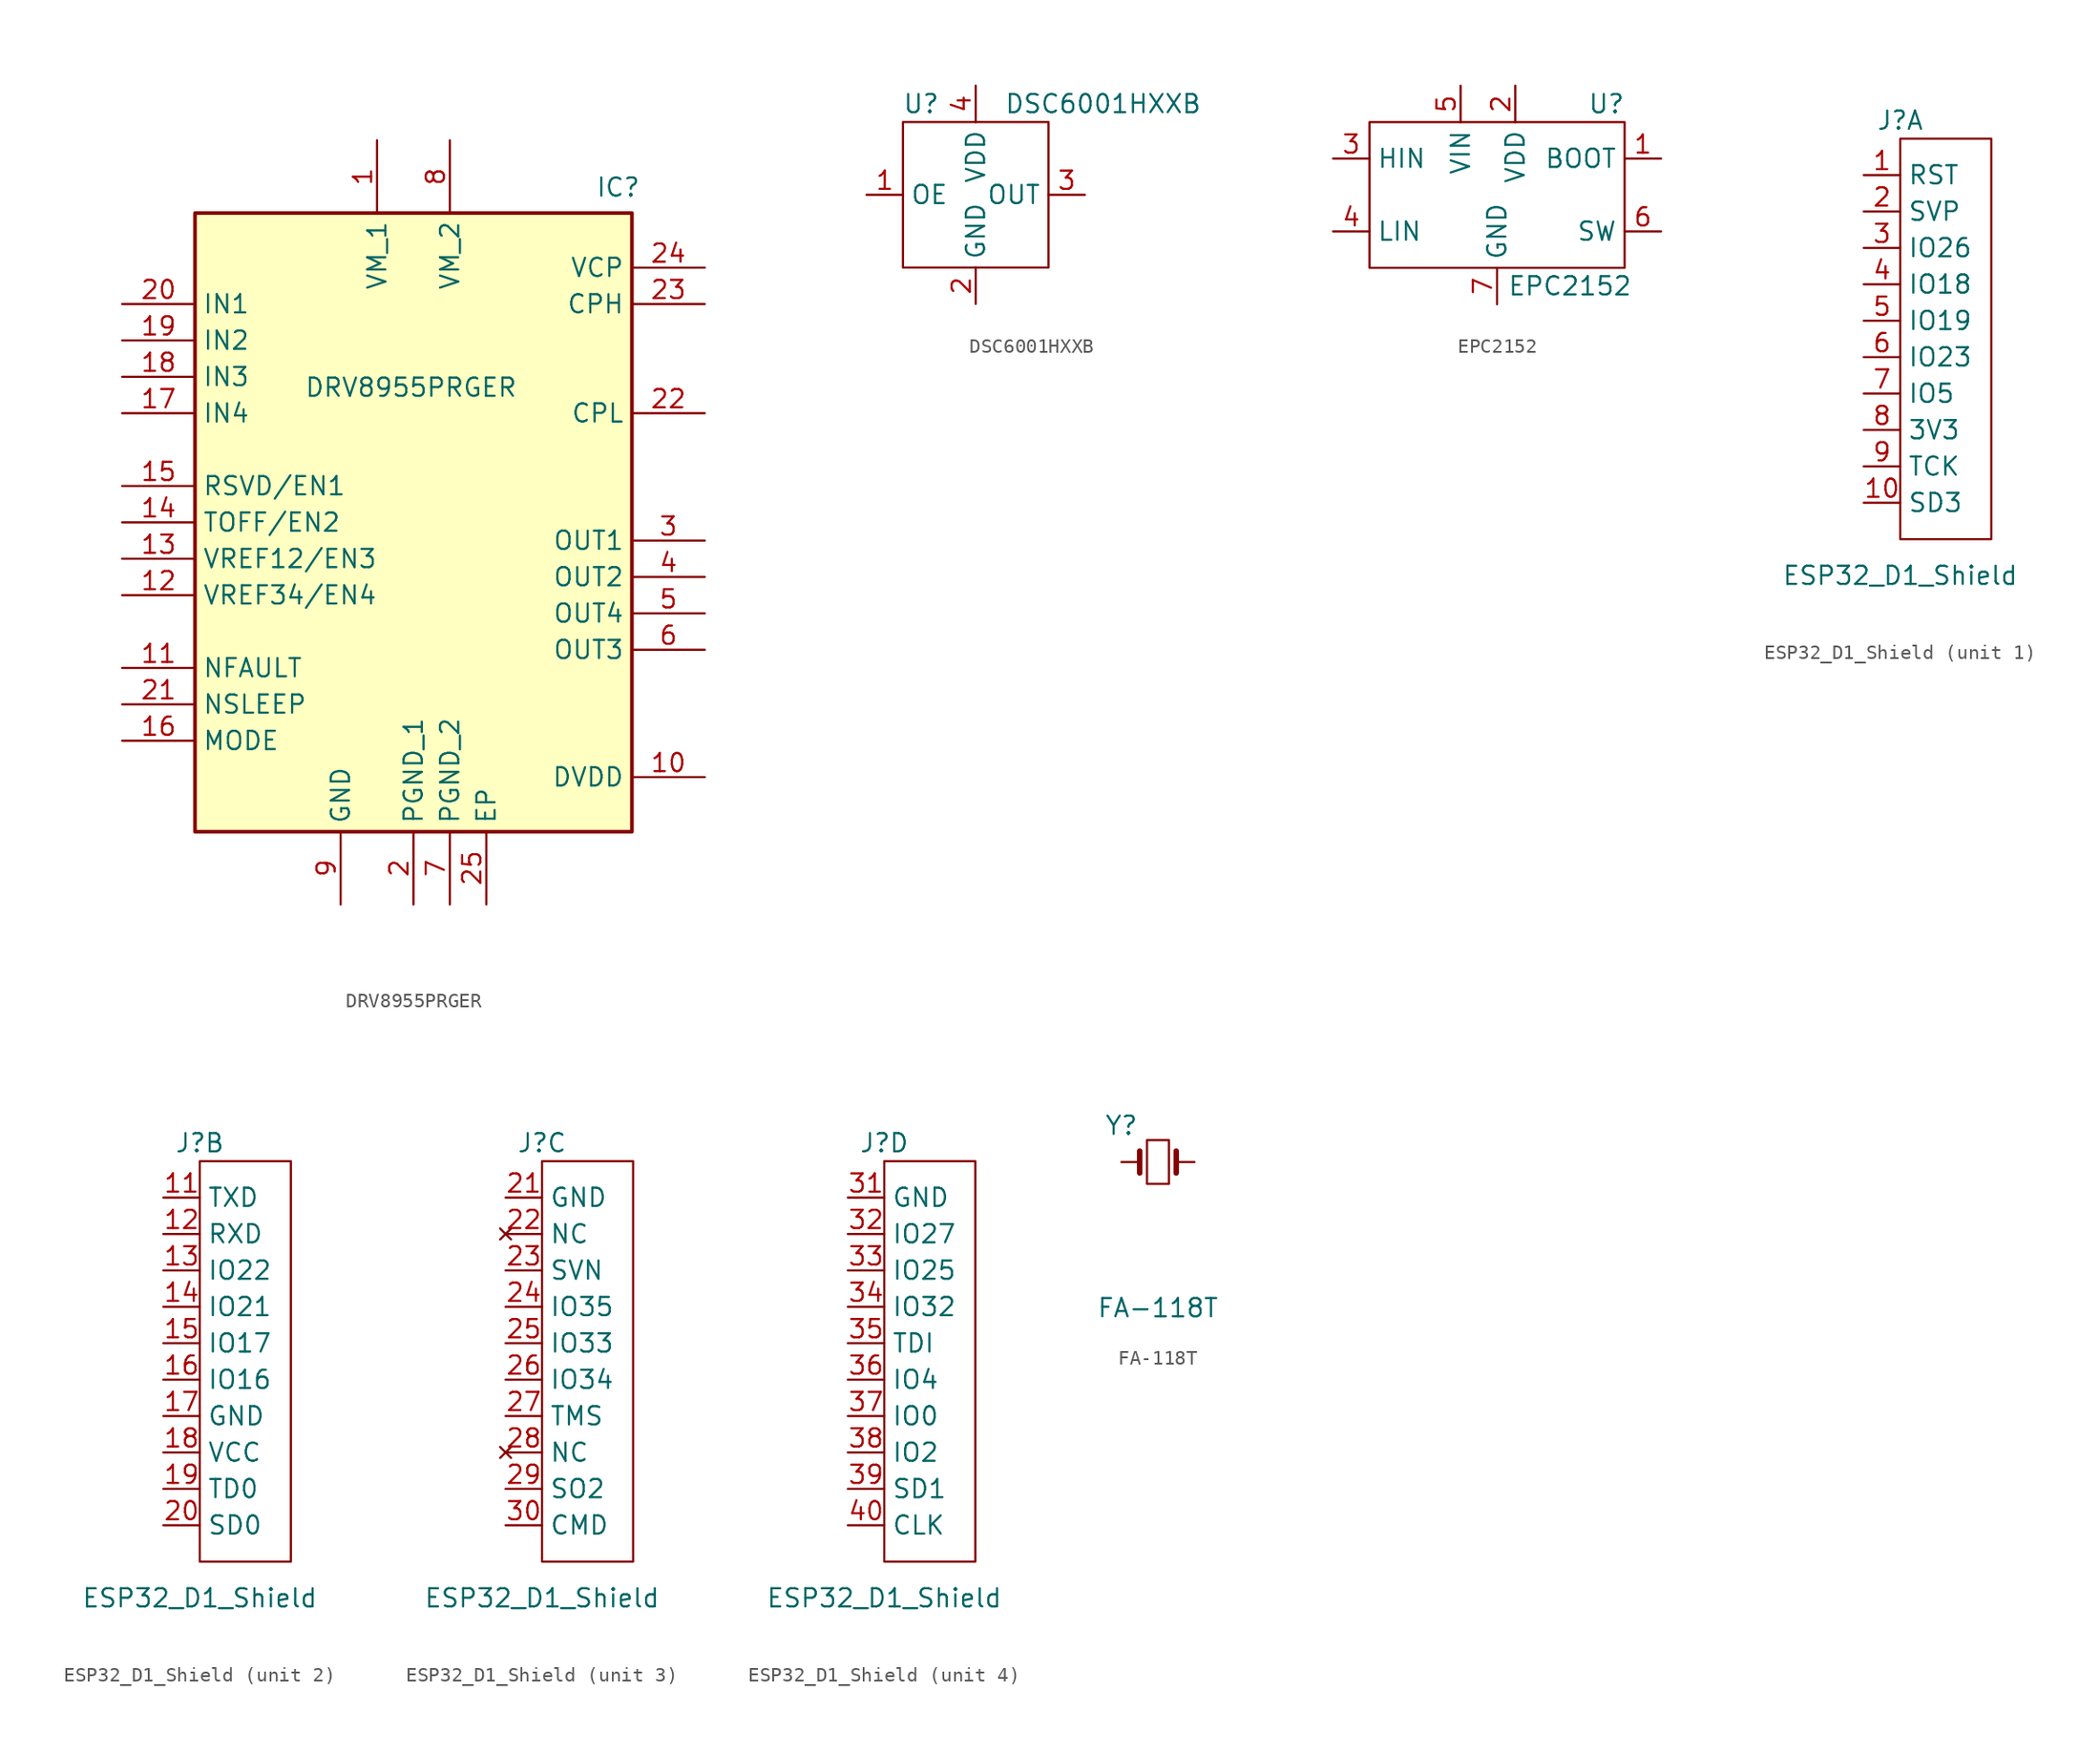
<source format=kicad_sym>
(kicad_symbol_lib
  (version 20231120)
  (generator "kicad_symbol_editor")
  (generator_version "8.0")
  (symbol "DRV8955PRGER"
    (property "Reference" "IC"
      (at 12.7 24.13 0)
      (effects (font (size 1.27 1.27)) (justify left top)))
    (property "Value" "DRV8955PRGER"
      (at -7.62 10.16 0)
      (effects (font (size 1.27 1.27)) (justify left top)))
    (symbol "DRV8955PRGER_1_1"
      (rectangle (start -15.24 21.59) (end 15.24 -21.59) (stroke (width 0.254) (type default)) (fill (type background)))
      (pin passive line (at -2.54 26.67 270) (length 5.08) (name "VM_1" (effects (font (size 1.27 1.27)))) (number "1" (effects (font (size 1.27 1.27)))))
      (pin passive line (at 20.32 -17.78 180) (length 5.08) (name "DVDD" (effects (font (size 1.27 1.27)))) (number "10" (effects (font (size 1.27 1.27)))))
      (pin passive line (at -20.32 -10.16 0) (length 5.08) (name "NFAULT" (effects (font (size 1.27 1.27)))) (number "11" (effects (font (size 1.27 1.27)))))
      (pin passive line (at -20.32 -5.08 0) (length 5.08) (name "VREF34/EN4" (effects (font (size 1.27 1.27)))) (number "12" (effects (font (size 1.27 1.27)))))
      (pin passive line (at -20.32 -2.54 0) (length 5.08) (name "VREF12/EN3" (effects (font (size 1.27 1.27)))) (number "13" (effects (font (size 1.27 1.27)))))
      (pin passive line (at -20.32 0 0) (length 5.08) (name "TOFF/EN2" (effects (font (size 1.27 1.27)))) (number "14" (effects (font (size 1.27 1.27)))))
      (pin passive line (at -20.32 2.54 0) (length 5.08) (name "RSVD/EN1" (effects (font (size 1.27 1.27)))) (number "15" (effects (font (size 1.27 1.27)))))
      (pin passive line (at -20.32 -15.24 0) (length 5.08) (name "MODE" (effects (font (size 1.27 1.27)))) (number "16" (effects (font (size 1.27 1.27)))))
      (pin passive line (at -20.32 7.62 0) (length 5.08) (name "IN4" (effects (font (size 1.27 1.27)))) (number "17" (effects (font (size 1.27 1.27)))))
      (pin passive line (at -20.32 10.16 0) (length 5.08) (name "IN3" (effects (font (size 1.27 1.27)))) (number "18" (effects (font (size 1.27 1.27)))))
      (pin passive line (at -20.32 12.7 0) (length 5.08) (name "IN2" (effects (font (size 1.27 1.27)))) (number "19" (effects (font (size 1.27 1.27)))))
      (pin passive line (at 0 -26.67 90) (length 5.08) (name "PGND_1" (effects (font (size 1.27 1.27)))) (number "2" (effects (font (size 1.27 1.27)))))
      (pin passive line (at -20.32 15.24 0) (length 5.08) (name "IN1" (effects (font (size 1.27 1.27)))) (number "20" (effects (font (size 1.27 1.27)))))
      (pin passive line (at -20.32 -12.7 0) (length 5.08) (name "NSLEEP" (effects (font (size 1.27 1.27)))) (number "21" (effects (font (size 1.27 1.27)))))
      (pin passive line (at 20.32 7.62 180) (length 5.08) (name "CPL" (effects (font (size 1.27 1.27)))) (number "22" (effects (font (size 1.27 1.27)))))
      (pin passive line (at 20.32 15.24 180) (length 5.08) (name "CPH" (effects (font (size 1.27 1.27)))) (number "23" (effects (font (size 1.27 1.27)))))
      (pin passive line (at 20.32 17.78 180) (length 5.08) (name "VCP" (effects (font (size 1.27 1.27)))) (number "24" (effects (font (size 1.27 1.27)))))
      (pin passive line (at 5.08 -26.67 90) (length 5.08) (name "EP" (effects (font (size 1.27 1.27)))) (number "25" (effects (font (size 1.27 1.27)))))
      (pin passive line (at 20.32 -1.27 180) (length 5.08) (name "OUT1" (effects (font (size 1.27 1.27)))) (number "3" (effects (font (size 1.27 1.27)))))
      (pin passive line (at 20.32 -3.81 180) (length 5.08) (name "OUT2" (effects (font (size 1.27 1.27)))) (number "4" (effects (font (size 1.27 1.27)))))
      (pin passive line (at 20.32 -6.35 180) (length 5.08) (name "OUT4" (effects (font (size 1.27 1.27)))) (number "5" (effects (font (size 1.27 1.27)))))
      (pin passive line (at 20.32 -8.89 180) (length 5.08) (name "OUT3" (effects (font (size 1.27 1.27)))) (number "6" (effects (font (size 1.27 1.27)))))
      (pin passive line (at 2.54 -26.67 90) (length 5.08) (name "PGND_2" (effects (font (size 1.27 1.27)))) (number "7" (effects (font (size 1.27 1.27)))))
      (pin passive line (at 2.54 26.67 270) (length 5.08) (name "VM_2" (effects (font (size 1.27 1.27)))) (number "8" (effects (font (size 1.27 1.27)))))
      (pin passive line (at -5.08 -26.67 90) (length 5.08) (name "GND" (effects (font (size 1.27 1.27)))) (number "9" (effects (font (size 1.27 1.27)))))))
  (symbol "DSC6001HXXB"
    (property "Reference" "U"
      (at -3.81 6.35 0)
      (effects (font (size 1.27 1.27))))
    (property "Value" "DSC6001HXXB"
      (at 8.89 6.35 0)
      (effects (font (size 1.27 1.27))))
    (symbol "DSC6001HXXB_0_0"
      (pin input line (at -7.62 0 0) (length 2.54) (name "OE" (effects (font (size 1.27 1.27)))) (number "1" (effects (font (size 1.27 1.27)))))
      (pin power_in line (at 0 -7.62 90) (length 2.54) (name "GND" (effects (font (size 1.27 1.27)))) (number "2" (effects (font (size 1.27 1.27)))))
      (pin output line (at 7.62 0 180) (length 2.54) (name "OUT" (effects (font (size 1.27 1.27)))) (number "3" (effects (font (size 1.27 1.27)))))
      (pin power_in line (at 0 7.62 270) (length 2.54) (name "VDD" (effects (font (size 1.27 1.27)))) (number "4" (effects (font (size 1.27 1.27))))))
    (symbol "DSC6001HXXB_0_1"
      (rectangle (start -5.08 5.08) (end 5.08 -5.08) (stroke (width 0) (type default)) (fill (type none)))))
  (symbol "EPC2152"
    (property "Reference" "U"
      (at 7.62 6.35 0)
      (effects (font (size 1.27 1.27))))
    (property "Value" "EPC2152"
      (at 5.08 -6.35 0)
      (effects (font (size 1.27 1.27))))
    (symbol "EPC2152_0_0"
      (pin unspecified line (at 11.43 2.54 180) (length 2.54) (name "BOOT" (effects (font (size 1.27 1.27)))) (number "1" (effects (font (size 1.27 1.27)))))
      (pin power_in line (at 1.27 7.62 270) (length 2.54) (name "VDD" (effects (font (size 1.27 1.27)))) (number "2" (effects (font (size 1.27 1.27)))))
      (pin input line (at -11.43 2.54 0) (length 2.54) (name "HIN" (effects (font (size 1.27 1.27)))) (number "3" (effects (font (size 1.27 1.27)))))
      (pin input line (at -11.43 -2.54 0) (length 2.54) (name "LIN" (effects (font (size 1.27 1.27)))) (number "4" (effects (font (size 1.27 1.27)))))
      (pin power_in line (at -2.54 7.62 270) (length 2.54) (name "VIN" (effects (font (size 1.27 1.27)))) (number "5" (effects (font (size 1.27 1.27)))))
      (pin unspecified line (at 11.43 -2.54 180) (length 2.54) (name "SW" (effects (font (size 1.27 1.27)))) (number "6" (effects (font (size 1.27 1.27)))))
      (pin unspecified line (at 0 -7.62 90) (length 2.54) (name "GND" (effects (font (size 1.27 1.27)))) (number "7" (effects (font (size 1.27 1.27))))))
    (symbol "EPC2152_0_1"
      (rectangle (start -8.89 5.08) (end 8.89 -5.08) (stroke (width 0) (type default)) (fill (type none)))))
  (symbol "ESP32_D1_Shield"
    (property "Reference" "J"
      (at 0 10.16 0)
      (effects (font (size 1.27 1.27))))
    (property "Value" "ESP32_D1_Shield"
      (at 0 -21.59 0)
      (effects (font (size 1.27 1.27))))
    (property "ki_locked" ""
      (at 0 0 0)
      (effects (font (size 1.27 1.27))))
    (symbol "ESP32_D1_Shield_1_0"
      (pin input line (at -2.54 6.35 0) (length 2.54) (name "RST" (effects (font (size 1.27 1.27)))) (number "1" (effects (font (size 1.27 1.27))))))
    (symbol "ESP32_D1_Shield_1_1"
      (rectangle (start 6.35 8.89) (end 0 -19.05) (stroke (width 0) (type default)) (fill (type none)))
      (pin bidirectional line (at -2.54 -16.51 0) (length 2.54) (name "SD3" (effects (font (size 1.27 1.27)))) (number "10" (effects (font (size 1.27 1.27)))))
      (pin bidirectional line (at -2.54 3.81 0) (length 2.54) (name "SVP" (effects (font (size 1.27 1.27)))) (number "2" (effects (font (size 1.27 1.27)))))
      (pin bidirectional line (at -2.54 1.27 0) (length 2.54) (name "IO26" (effects (font (size 1.27 1.27)))) (number "3" (effects (font (size 1.27 1.27)))))
      (pin bidirectional line (at -2.54 -1.27 0) (length 2.54) (name "IO18" (effects (font (size 1.27 1.27)))) (number "4" (effects (font (size 1.27 1.27)))))
      (pin bidirectional line (at -2.54 -3.81 0) (length 2.54) (name "IO19" (effects (font (size 1.27 1.27)))) (number "5" (effects (font (size 1.27 1.27)))))
      (pin bidirectional line (at -2.54 -6.35 0) (length 2.54) (name "IO23" (effects (font (size 1.27 1.27)))) (number "6" (effects (font (size 1.27 1.27)))))
      (pin bidirectional line (at -2.54 -8.89 0) (length 2.54) (name "IO5" (effects (font (size 1.27 1.27)))) (number "7" (effects (font (size 1.27 1.27)))))
      (pin power_in line (at -2.54 -11.43 0) (length 2.54) (name "3V3" (effects (font (size 1.27 1.27)))) (number "8" (effects (font (size 1.27 1.27)))))
      (pin bidirectional line (at -2.54 -13.97 0) (length 2.54) (name "TCK" (effects (font (size 1.27 1.27)))) (number "9" (effects (font (size 1.27 1.27))))))
    (symbol "ESP32_D1_Shield_2_0"
      (pin bidirectional line (at -2.54 6.35 0) (length 2.54) (name "TXD" (effects (font (size 1.27 1.27)))) (number "11" (effects (font (size 1.27 1.27)))))
      (pin bidirectional line (at -2.54 3.81 0) (length 2.54) (name "RXD" (effects (font (size 1.27 1.27)))) (number "12" (effects (font (size 1.27 1.27)))))
      (pin bidirectional line (at -2.54 1.27 0) (length 2.54) (name "IO22" (effects (font (size 1.27 1.27)))) (number "13" (effects (font (size 1.27 1.27)))))
      (pin bidirectional line (at -2.54 -1.27 0) (length 2.54) (name "IO21" (effects (font (size 1.27 1.27)))) (number "14" (effects (font (size 1.27 1.27)))))
      (pin bidirectional line (at -2.54 -3.81 0) (length 2.54) (name "IO17" (effects (font (size 1.27 1.27)))) (number "15" (effects (font (size 1.27 1.27)))))
      (pin bidirectional line (at -2.54 -6.35 0) (length 2.54) (name "IO16" (effects (font (size 1.27 1.27)))) (number "16" (effects (font (size 1.27 1.27)))))
      (pin power_in line (at -2.54 -8.89 0) (length 2.54) (name "GND" (effects (font (size 1.27 1.27)))) (number "17" (effects (font (size 1.27 1.27)))))
      (pin power_in line (at -2.54 -11.43 0) (length 2.54) (name "VCC" (effects (font (size 1.27 1.27)))) (number "18" (effects (font (size 1.27 1.27)))))
      (pin bidirectional line (at -2.54 -13.97 0) (length 2.54) (name "TD0" (effects (font (size 1.27 1.27)))) (number "19" (effects (font (size 1.27 1.27)))))
      (pin bidirectional line (at -2.54 -16.51 0) (length 2.54) (name "SD0" (effects (font (size 1.27 1.27)))) (number "20" (effects (font (size 1.27 1.27))))))
    (symbol "ESP32_D1_Shield_2_1"
      (rectangle (start 6.35 8.89) (end 0 -19.05) (stroke (width 0) (type default)) (fill (type none))))
    (symbol "ESP32_D1_Shield_3_0"
      (pin power_in line (at -2.54 6.35 0) (length 2.54) (name "GND" (effects (font (size 1.27 1.27)))) (number "21" (effects (font (size 1.27 1.27)))))
      (pin no_connect line (at -2.54 3.81 0) (length 2.54) (name "NC" (effects (font (size 1.27 1.27)))) (number "22" (effects (font (size 1.27 1.27)))))
      (pin bidirectional line (at -2.54 1.27 0) (length 2.54) (name "SVN" (effects (font (size 1.27 1.27)))) (number "23" (effects (font (size 1.27 1.27)))))
      (pin bidirectional line (at -2.54 -1.27 0) (length 2.54) (name "IO35" (effects (font (size 1.27 1.27)))) (number "24" (effects (font (size 1.27 1.27)))))
      (pin bidirectional line (at -2.54 -3.81 0) (length 2.54) (name "IO33" (effects (font (size 1.27 1.27)))) (number "25" (effects (font (size 1.27 1.27)))))
      (pin bidirectional line (at -2.54 -6.35 0) (length 2.54) (name "IO34" (effects (font (size 1.27 1.27)))) (number "26" (effects (font (size 1.27 1.27)))))
      (pin bidirectional line (at -2.54 -8.89 0) (length 2.54) (name "TMS" (effects (font (size 1.27 1.27)))) (number "27" (effects (font (size 1.27 1.27)))))
      (pin no_connect line (at -2.54 -11.43 0) (length 2.54) (name "NC" (effects (font (size 1.27 1.27)))) (number "28" (effects (font (size 1.27 1.27)))))
      (pin bidirectional line (at -2.54 -13.97 0) (length 2.54) (name "SO2" (effects (font (size 1.27 1.27)))) (number "29" (effects (font (size 1.27 1.27)))))
      (pin bidirectional line (at -2.54 -16.51 0) (length 2.54) (name "CMD" (effects (font (size 1.27 1.27)))) (number "30" (effects (font (size 1.27 1.27))))))
    (symbol "ESP32_D1_Shield_3_1"
      (rectangle (start 6.35 8.89) (end 0 -19.05) (stroke (width 0) (type default)) (fill (type none))))
    (symbol "ESP32_D1_Shield_4_0"
      (pin power_in line (at -2.54 6.35 0) (length 2.54) (name "GND" (effects (font (size 1.27 1.27)))) (number "31" (effects (font (size 1.27 1.27)))))
      (pin bidirectional line (at -2.54 3.81 0) (length 2.54) (name "IO27" (effects (font (size 1.27 1.27)))) (number "32" (effects (font (size 1.27 1.27)))))
      (pin bidirectional line (at -2.54 1.27 0) (length 2.54) (name "IO25" (effects (font (size 1.27 1.27)))) (number "33" (effects (font (size 1.27 1.27)))))
      (pin bidirectional line (at -2.54 -1.27 0) (length 2.54) (name "IO32" (effects (font (size 1.27 1.27)))) (number "34" (effects (font (size 1.27 1.27)))))
      (pin bidirectional line (at -2.54 -3.81 0) (length 2.54) (name "TDI" (effects (font (size 1.27 1.27)))) (number "35" (effects (font (size 1.27 1.27)))))
      (pin bidirectional line (at -2.54 -6.35 0) (length 2.54) (name "IO4" (effects (font (size 1.27 1.27)))) (number "36" (effects (font (size 1.27 1.27)))))
      (pin bidirectional line (at -2.54 -8.89 0) (length 2.54) (name "IO0" (effects (font (size 1.27 1.27)))) (number "37" (effects (font (size 1.27 1.27)))))
      (pin bidirectional line (at -2.54 -11.43 0) (length 2.54) (name "IO2" (effects (font (size 1.27 1.27)))) (number "38" (effects (font (size 1.27 1.27)))))
      (pin bidirectional line (at -2.54 -13.97 0) (length 2.54) (name "SD1" (effects (font (size 1.27 1.27)))) (number "39" (effects (font (size 1.27 1.27)))))
      (pin bidirectional line (at -2.54 -16.51 0) (length 2.54) (name "CLK" (effects (font (size 1.27 1.27)))) (number "40" (effects (font (size 1.27 1.27))))))
    (symbol "ESP32_D1_Shield_4_1"
      (rectangle (start 6.35 8.89) (end 0 -19.05) (stroke (width 0) (type default)) (fill (type none)))))
  (symbol "FA-118T"
    (pin_numbers hide)
    (pin_names
      (offset 1.016) hide)
    (property "Reference" "Y"
      (at -2.54 2.54 0)
      (effects (font (size 1.27 1.27))))
    (property "Value" "FA-118T"
      (at 0 -10.16 0)
      (effects (font (size 1.27 1.27))))
    (symbol "FA-118T_0_0"
      (pin passive line (at 0 3.81 270) (length 2.54) hide (name "Case" (effects (font (size 1.27 1.27)))) (number "2" (effects (font (size 1.27 1.27)))))
      (pin passive line (at 0 -3.81 90) (length 2.54) hide (name "Case" (effects (font (size 1.27 1.27)))) (number "4" (effects (font (size 1.27 1.27))))))
    (symbol "FA-118T_0_1"
      (rectangle (start -0.762 -1.524) (end 0.762 1.524) (stroke (width 0) (type default)) (fill (type none)))
      (polyline (pts (xy -1.27 -0.762) (xy -1.27 0.762)) (stroke (width 0.381) (type default)) (fill (type none)))
      (polyline (pts (xy 1.27 -0.762) (xy 1.27 0.762)) (stroke (width 0.381) (type default)) (fill (type none))))
    (symbol "FA-118T_1_1"
      (pin passive line (at -2.54 0 0) (length 1.27) (name "1" (effects (font (size 1.27 1.27)))) (number "1" (effects (font (size 1.27 1.27)))))
      (pin passive line (at 2.54 0 180) (length 1.27) (name "3" (effects (font (size 1.27 1.27)))) (number "3" (effects (font (size 1.27 1.27))))))))
</source>
